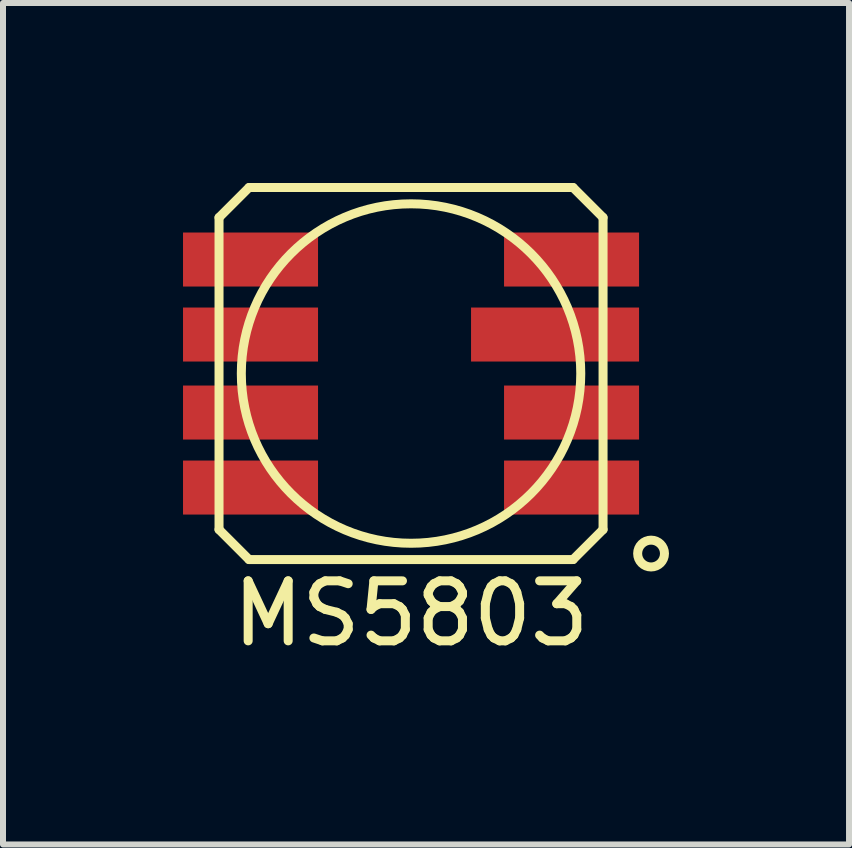
<source format=kicad_pcb>
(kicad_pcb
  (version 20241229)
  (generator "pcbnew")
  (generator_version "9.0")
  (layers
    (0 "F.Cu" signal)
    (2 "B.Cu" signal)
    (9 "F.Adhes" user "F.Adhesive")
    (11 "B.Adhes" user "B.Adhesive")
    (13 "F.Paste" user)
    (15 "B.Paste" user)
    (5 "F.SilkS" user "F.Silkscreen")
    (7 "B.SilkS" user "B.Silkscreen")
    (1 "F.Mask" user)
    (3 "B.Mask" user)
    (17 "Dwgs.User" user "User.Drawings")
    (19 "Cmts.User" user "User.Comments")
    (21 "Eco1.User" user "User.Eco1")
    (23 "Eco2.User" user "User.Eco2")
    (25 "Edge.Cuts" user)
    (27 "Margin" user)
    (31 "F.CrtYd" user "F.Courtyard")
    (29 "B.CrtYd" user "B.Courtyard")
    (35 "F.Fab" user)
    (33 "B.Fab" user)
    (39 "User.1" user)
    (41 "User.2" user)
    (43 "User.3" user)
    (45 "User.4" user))
  (footprint "MS5803"
    (layer "F.Cu")
    (at 3.8 3.175)
    (property "Reference" "MS5803" (at 0 4 0) (layer "F.SilkS") (effects (font (size 1 1) (thickness 0.15))))
    (attr through_hole)
    (fp_line (start -3.2 -2.6) (end -2.7 -3.1) (stroke (width 0.15) (type solid)) (layer "F.SilkS"))
    (fp_line (start -3.2 2.6) (end -3.2 -2.6) (stroke (width 0.15) (type solid)) (layer "F.SilkS"))
    (fp_line (start -3.2 2.6) (end -2.7 3.1) (stroke (width 0.15) (type solid)) (layer "F.SilkS"))
    (fp_line (start -2.7 -3.1) (end 2.7 -3.1) (stroke (width 0.15) (type solid)) (layer "F.SilkS"))
    (fp_line (start 2.7 -3.1) (end 3.2 -2.6) (stroke (width 0.15) (type solid)) (layer "F.SilkS"))
    (fp_line (start 2.7 3.1) (end -2.7 3.1) (stroke (width 0.15) (type solid)) (layer "F.SilkS"))
    (fp_line (start 2.7 3.1) (end 3.2 2.6) (stroke (width 0.15) (type solid)) (layer "F.SilkS"))
    (fp_line (start 3.2 -2.6) (end 3.2 2.6) (stroke (width 0.15) (type solid)) (layer "F.SilkS"))
    (fp_circle (center 0 0) (end -2 -2) (stroke (width 0.15) (type solid)) (fill no) (layer "F.SilkS"))
    (fp_circle (center 4 3) (end 4.2 2.9) (stroke (width 0.15) (type solid)) (fill no) (layer "F.SilkS"))
    (pad "1" smd rect (at 2.675 1.9) (size 2.25 0.9) (layers "F.Cu" "F.Mask" "F.Paste"))
    (pad "2" smd rect (at 2.675 0.65) (size 2.25 0.9) (layers "F.Cu" "F.Mask" "F.Paste"))
    (pad "3" smd rect (at 2.675 -0.65) (size 2.8 0.9) (drill (offset -0.275 0)) (layers "F.Cu" "F.Mask" "F.Paste"))
    (pad "4" smd rect (at 2.675 -1.9) (size 2.25 0.9) (layers "F.Cu" "F.Mask" "F.Paste"))
    (pad "5" smd rect (at -2.675 -1.9) (size 2.25 0.9) (layers "F.Cu" "F.Mask" "F.Paste"))
    (pad "6" smd rect (at -2.675 -0.65) (size 2.25 0.9) (layers "F.Cu" "F.Mask" "F.Paste"))
    (pad "7" smd rect (at -2.675 0.65) (size 2.25 0.9) (layers "F.Cu" "F.Mask" "F.Paste"))
    (pad "8" smd rect (at -2.675 1.9) (size 2.25 0.9) (layers "F.Cu" "F.Mask" "F.Paste")))
  (gr_rect
    (start -3 -3)
    (end 11.099 11.023)
    (stroke (width 0.1) (type default))
    (fill no)
    (layer "Edge.Cuts")))
</source>
